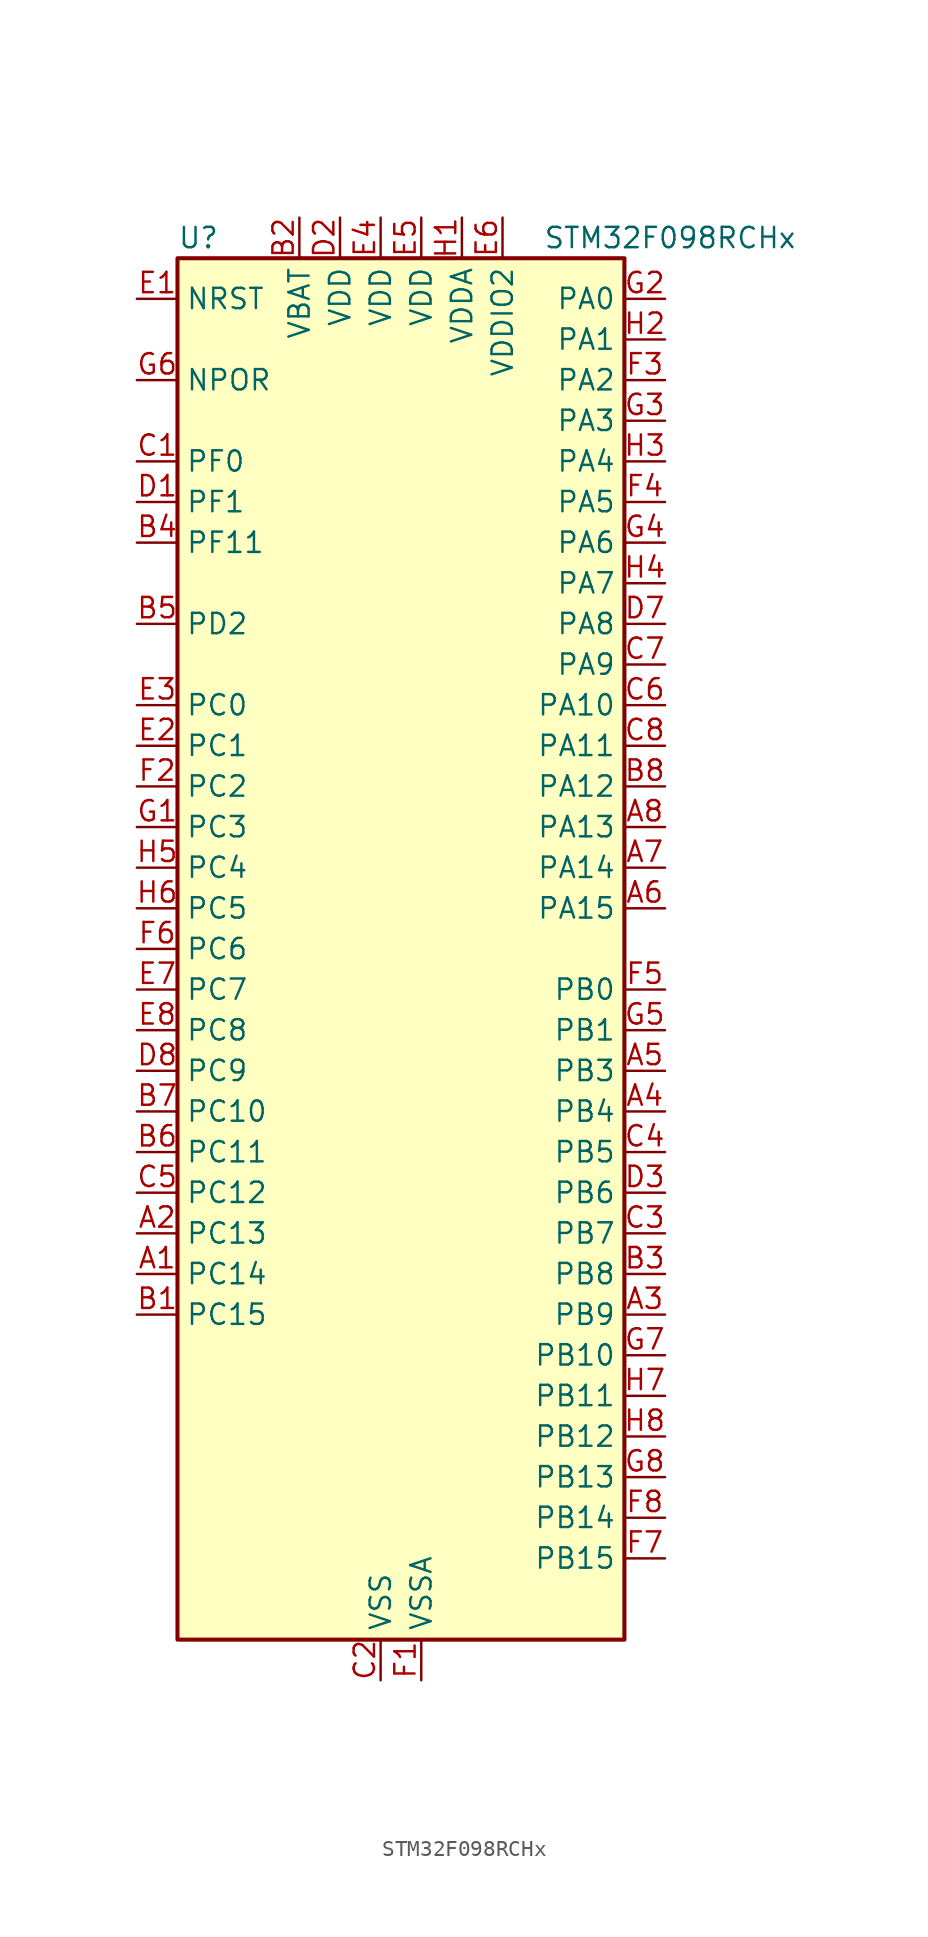
<source format=kicad_sym>
(kicad_symbol_lib
  (version 20231120)
  (generator "kicad_symbol_editor")
  (generator_version "8.0")
  (symbol "STM32F098RCHx"
    (property "Reference" "U"
      (at -12.7 44.45 0)
      (effects (font (size 1.27 1.27)) (justify left)))
    (property "Value" "STM32F098RCHx"
      (at 10.16 44.45 0)
      (effects (font (size 1.27 1.27)) (justify left)))
    (property "ki_locked" ""
      (at 0 0 0)
      (effects (font (size 1.27 1.27))))
    (symbol "STM32F098RCHx_0_1"
      (rectangle (start -12.7 -43.18) (end 15.24 43.18) (stroke (width 0.254) (type default)) (fill (type background))))
    (symbol "STM32F098RCHx_1_1"
      (pin bidirectional line (at -15.24 -20.32 0) (length 2.54) (name "PC14" (effects (font (size 1.27 1.27)))) (number "A1" (effects (font (size 1.27 1.27)))) (alternate "RCC_OSC32_IN" bidirectional line))
      (pin bidirectional line (at -15.24 -17.78 0) (length 2.54) (name "PC13" (effects (font (size 1.27 1.27)))) (number "A2" (effects (font (size 1.27 1.27)))) (alternate "RTC_OUT_ALARM" bidirectional line) (alternate "RTC_OUT_CALIB" bidirectional line) (alternate "RTC_TAMP1" bidirectional line) (alternate "RTC_TS" bidirectional line) (alternate "SYS_WKUP2" bidirectional line))
      (pin bidirectional line (at 17.78 -22.86 180) (length 2.54) (name "PB9" (effects (font (size 1.27 1.27)))) (number "A3" (effects (font (size 1.27 1.27)))) (alternate "CAN_TX" bidirectional line) (alternate "DAC_EXTI9" bidirectional line) (alternate "I2C1_SDA" bidirectional line) (alternate "I2S2_WS" bidirectional line) (alternate "IR_OUT" bidirectional line) (alternate "SPI2_NSS" bidirectional line) (alternate "TIM17_CH1" bidirectional line))
      (pin bidirectional line (at 17.78 -10.16 180) (length 2.54) (name "PB4" (effects (font (size 1.27 1.27)))) (number "A4" (effects (font (size 1.27 1.27)))) (alternate "I2S1_MCK" bidirectional line) (alternate "SPI1_MISO" bidirectional line) (alternate "TIM17_BKIN" bidirectional line) (alternate "TIM3_CH1" bidirectional line) (alternate "TSC_G5_IO2" bidirectional line) (alternate "USART5_RX" bidirectional line))
      (pin bidirectional line (at 17.78 -7.62 180) (length 2.54) (name "PB3" (effects (font (size 1.27 1.27)))) (number "A5" (effects (font (size 1.27 1.27)))) (alternate "I2S1_CK" bidirectional line) (alternate "SPI1_SCK" bidirectional line) (alternate "TIM2_CH2" bidirectional line) (alternate "TSC_G5_IO1" bidirectional line) (alternate "USART5_TX" bidirectional line))
      (pin bidirectional line (at 17.78 2.54 180) (length 2.54) (name "PA15" (effects (font (size 1.27 1.27)))) (number "A6" (effects (font (size 1.27 1.27)))) (alternate "I2S1_WS" bidirectional line) (alternate "SPI1_NSS" bidirectional line) (alternate "TIM2_CH1" bidirectional line) (alternate "TIM2_ETR" bidirectional line) (alternate "USART2_RX" bidirectional line) (alternate "USART4_DE" bidirectional line) (alternate "USART4_RTS" bidirectional line))
      (pin bidirectional line (at 17.78 5.08 180) (length 2.54) (name "PA14" (effects (font (size 1.27 1.27)))) (number "A7" (effects (font (size 1.27 1.27)))) (alternate "SYS_SWCLK" bidirectional line) (alternate "USART2_TX" bidirectional line))
      (pin bidirectional line (at 17.78 7.62 180) (length 2.54) (name "PA13" (effects (font (size 1.27 1.27)))) (number "A8" (effects (font (size 1.27 1.27)))) (alternate "IR_OUT" bidirectional line) (alternate "SYS_SWDIO" bidirectional line))
      (pin bidirectional line (at -15.24 -22.86 0) (length 2.54) (name "PC15" (effects (font (size 1.27 1.27)))) (number "B1" (effects (font (size 1.27 1.27)))) (alternate "RCC_OSC32_OUT" bidirectional line))
      (pin power_in line (at -5.08 45.72 270) (length 2.54) (name "VBAT" (effects (font (size 1.27 1.27)))) (number "B2" (effects (font (size 1.27 1.27)))))
      (pin bidirectional line (at 17.78 -20.32 180) (length 2.54) (name "PB8" (effects (font (size 1.27 1.27)))) (number "B3" (effects (font (size 1.27 1.27)))) (alternate "CAN_RX" bidirectional line) (alternate "CEC" bidirectional line) (alternate "I2C1_SCL" bidirectional line) (alternate "TIM16_CH1" bidirectional line) (alternate "TSC_SYNC" bidirectional line))
      (pin bidirectional line (at -15.24 25.4 0) (length 2.54) (name "PF11" (effects (font (size 1.27 1.27)))) (number "B4" (effects (font (size 1.27 1.27)))))
      (pin bidirectional line (at -15.24 20.32 0) (length 2.54) (name "PD2" (effects (font (size 1.27 1.27)))) (number "B5" (effects (font (size 1.27 1.27)))) (alternate "TIM3_ETR" bidirectional line) (alternate "USART3_DE" bidirectional line) (alternate "USART3_RTS" bidirectional line) (alternate "USART5_RX" bidirectional line))
      (pin bidirectional line (at -15.24 -12.7 0) (length 2.54) (name "PC11" (effects (font (size 1.27 1.27)))) (number "B6" (effects (font (size 1.27 1.27)))) (alternate "USART3_RX" bidirectional line) (alternate "USART4_RX" bidirectional line))
      (pin bidirectional line (at -15.24 -10.16 0) (length 2.54) (name "PC10" (effects (font (size 1.27 1.27)))) (number "B7" (effects (font (size 1.27 1.27)))) (alternate "USART3_TX" bidirectional line) (alternate "USART4_TX" bidirectional line))
      (pin bidirectional line (at 17.78 10.16 180) (length 2.54) (name "PA12" (effects (font (size 1.27 1.27)))) (number "B8" (effects (font (size 1.27 1.27)))) (alternate "CAN_TX" bidirectional line) (alternate "COMP2_OUT" bidirectional line) (alternate "I2C2_SDA" bidirectional line) (alternate "TIM1_ETR" bidirectional line) (alternate "TSC_G4_IO4" bidirectional line) (alternate "USART1_DE" bidirectional line) (alternate "USART1_RTS" bidirectional line))
      (pin bidirectional line (at -15.24 30.48 0) (length 2.54) (name "PF0" (effects (font (size 1.27 1.27)))) (number "C1" (effects (font (size 1.27 1.27)))) (alternate "CRS_SYNC" bidirectional line) (alternate "I2C1_SDA" bidirectional line) (alternate "RCC_OSC_IN" bidirectional line))
      (pin power_in line (at 0 -45.72 90) (length 2.54) (name "VSS" (effects (font (size 1.27 1.27)))) (number "C2" (effects (font (size 1.27 1.27)))))
      (pin bidirectional line (at 17.78 -17.78 180) (length 2.54) (name "PB7" (effects (font (size 1.27 1.27)))) (number "C3" (effects (font (size 1.27 1.27)))) (alternate "I2C1_SDA" bidirectional line) (alternate "TIM17_CH1N" bidirectional line) (alternate "TSC_G5_IO4" bidirectional line) (alternate "USART1_RX" bidirectional line) (alternate "USART4_CTS" bidirectional line))
      (pin bidirectional line (at 17.78 -12.7 180) (length 2.54) (name "PB5" (effects (font (size 1.27 1.27)))) (number "C4" (effects (font (size 1.27 1.27)))) (alternate "I2C1_SMBA" bidirectional line) (alternate "I2S1_SD" bidirectional line) (alternate "SPI1_MOSI" bidirectional line) (alternate "SYS_WKUP6" bidirectional line) (alternate "TIM16_BKIN" bidirectional line) (alternate "TIM3_CH2" bidirectional line) (alternate "USART5_CK" bidirectional line) (alternate "USART5_DE" bidirectional line) (alternate "USART5_RTS" bidirectional line))
      (pin bidirectional line (at -15.24 -15.24 0) (length 2.54) (name "PC12" (effects (font (size 1.27 1.27)))) (number "C5" (effects (font (size 1.27 1.27)))) (alternate "USART3_CK" bidirectional line) (alternate "USART4_CK" bidirectional line) (alternate "USART5_TX" bidirectional line))
      (pin bidirectional line (at 17.78 15.24 180) (length 2.54) (name "PA10" (effects (font (size 1.27 1.27)))) (number "C6" (effects (font (size 1.27 1.27)))) (alternate "I2C1_SDA" bidirectional line) (alternate "TIM17_BKIN" bidirectional line) (alternate "TIM1_CH3" bidirectional line) (alternate "TSC_G4_IO2" bidirectional line) (alternate "USART1_RX" bidirectional line))
      (pin bidirectional line (at 17.78 17.78 180) (length 2.54) (name "PA9" (effects (font (size 1.27 1.27)))) (number "C7" (effects (font (size 1.27 1.27)))) (alternate "DAC_EXTI9" bidirectional line) (alternate "I2C1_SCL" bidirectional line) (alternate "RCC_MCO" bidirectional line) (alternate "TIM15_BKIN" bidirectional line) (alternate "TIM1_CH2" bidirectional line) (alternate "TSC_G4_IO1" bidirectional line) (alternate "USART1_TX" bidirectional line))
      (pin bidirectional line (at 17.78 12.7 180) (length 2.54) (name "PA11" (effects (font (size 1.27 1.27)))) (number "C8" (effects (font (size 1.27 1.27)))) (alternate "CAN_RX" bidirectional line) (alternate "COMP1_OUT" bidirectional line) (alternate "I2C2_SCL" bidirectional line) (alternate "TIM1_CH4" bidirectional line) (alternate "TSC_G4_IO3" bidirectional line) (alternate "USART1_CTS" bidirectional line))
      (pin bidirectional line (at -15.24 27.94 0) (length 2.54) (name "PF1" (effects (font (size 1.27 1.27)))) (number "D1" (effects (font (size 1.27 1.27)))) (alternate "I2C1_SCL" bidirectional line) (alternate "RCC_OSC_OUT" bidirectional line))
      (pin power_in line (at -2.54 45.72 270) (length 2.54) (name "VDD" (effects (font (size 1.27 1.27)))) (number "D2" (effects (font (size 1.27 1.27)))))
      (pin bidirectional line (at 17.78 -15.24 180) (length 2.54) (name "PB6" (effects (font (size 1.27 1.27)))) (number "D3" (effects (font (size 1.27 1.27)))) (alternate "I2C1_SCL" bidirectional line) (alternate "TIM16_CH1N" bidirectional line) (alternate "TSC_G5_IO3" bidirectional line) (alternate "USART1_TX" bidirectional line))
      (pin passive line (at 0 -45.72 90) (length 2.54) hide (name "VSS" (effects (font (size 1.27 1.27)))) (number "D4" (effects (font (size 1.27 1.27)))))
      (pin passive line (at 0 -45.72 90) (length 2.54) hide (name "VSS" (effects (font (size 1.27 1.27)))) (number "D5" (effects (font (size 1.27 1.27)))))
      (pin passive line (at 0 -45.72 90) (length 2.54) hide (name "VSS" (effects (font (size 1.27 1.27)))) (number "D6" (effects (font (size 1.27 1.27)))))
      (pin bidirectional line (at 17.78 20.32 180) (length 2.54) (name "PA8" (effects (font (size 1.27 1.27)))) (number "D7" (effects (font (size 1.27 1.27)))) (alternate "CRS_SYNC" bidirectional line) (alternate "RCC_MCO" bidirectional line) (alternate "TIM1_CH1" bidirectional line) (alternate "USART1_CK" bidirectional line))
      (pin bidirectional line (at -15.24 -7.62 0) (length 2.54) (name "PC9" (effects (font (size 1.27 1.27)))) (number "D8" (effects (font (size 1.27 1.27)))) (alternate "DAC_EXTI9" bidirectional line) (alternate "TIM3_CH4" bidirectional line) (alternate "USART8_RX" bidirectional line))
      (pin input line (at -15.24 40.64 0) (length 2.54) (name "NRST" (effects (font (size 1.27 1.27)))) (number "E1" (effects (font (size 1.27 1.27)))))
      (pin bidirectional line (at -15.24 12.7 0) (length 2.54) (name "PC1" (effects (font (size 1.27 1.27)))) (number "E2" (effects (font (size 1.27 1.27)))) (alternate "ADC_IN11" bidirectional line) (alternate "USART6_RX" bidirectional line) (alternate "USART7_RX" bidirectional line))
      (pin bidirectional line (at -15.24 15.24 0) (length 2.54) (name "PC0" (effects (font (size 1.27 1.27)))) (number "E3" (effects (font (size 1.27 1.27)))) (alternate "ADC_IN10" bidirectional line) (alternate "USART6_TX" bidirectional line) (alternate "USART7_TX" bidirectional line))
      (pin power_in line (at 0 45.72 270) (length 2.54) (name "VDD" (effects (font (size 1.27 1.27)))) (number "E4" (effects (font (size 1.27 1.27)))))
      (pin power_in line (at 2.54 45.72 270) (length 2.54) (name "VDD" (effects (font (size 1.27 1.27)))) (number "E5" (effects (font (size 1.27 1.27)))))
      (pin power_in line (at 7.62 45.72 270) (length 2.54) (name "VDDIO2" (effects (font (size 1.27 1.27)))) (number "E6" (effects (font (size 1.27 1.27)))))
      (pin bidirectional line (at -15.24 -2.54 0) (length 2.54) (name "PC7" (effects (font (size 1.27 1.27)))) (number "E7" (effects (font (size 1.27 1.27)))) (alternate "TIM3_CH2" bidirectional line) (alternate "USART7_RX" bidirectional line))
      (pin bidirectional line (at -15.24 -5.08 0) (length 2.54) (name "PC8" (effects (font (size 1.27 1.27)))) (number "E8" (effects (font (size 1.27 1.27)))) (alternate "TIM3_CH3" bidirectional line) (alternate "USART8_TX" bidirectional line))
      (pin power_in line (at 2.54 -45.72 90) (length 2.54) (name "VSSA" (effects (font (size 1.27 1.27)))) (number "F1" (effects (font (size 1.27 1.27)))))
      (pin bidirectional line (at -15.24 10.16 0) (length 2.54) (name "PC2" (effects (font (size 1.27 1.27)))) (number "F2" (effects (font (size 1.27 1.27)))) (alternate "ADC_IN12" bidirectional line) (alternate "I2S2_MCK" bidirectional line) (alternate "SPI2_MISO" bidirectional line) (alternate "USART8_TX" bidirectional line))
      (pin bidirectional line (at 17.78 35.56 180) (length 2.54) (name "PA2" (effects (font (size 1.27 1.27)))) (number "F3" (effects (font (size 1.27 1.27)))) (alternate "ADC_IN2" bidirectional line) (alternate "COMP2_INM" bidirectional line) (alternate "COMP2_OUT" bidirectional line) (alternate "SYS_WKUP4" bidirectional line) (alternate "TIM15_CH1" bidirectional line) (alternate "TIM2_CH3" bidirectional line) (alternate "TSC_G1_IO3" bidirectional line) (alternate "USART2_TX" bidirectional line))
      (pin bidirectional line (at 17.78 27.94 180) (length 2.54) (name "PA5" (effects (font (size 1.27 1.27)))) (number "F4" (effects (font (size 1.27 1.27)))) (alternate "ADC_IN5" bidirectional line) (alternate "CEC" bidirectional line) (alternate "COMP1_INM" bidirectional line) (alternate "COMP2_INM" bidirectional line) (alternate "DAC_OUT2" bidirectional line) (alternate "I2S1_CK" bidirectional line) (alternate "SPI1_SCK" bidirectional line) (alternate "TIM2_CH1" bidirectional line) (alternate "TIM2_ETR" bidirectional line) (alternate "TSC_G2_IO2" bidirectional line) (alternate "USART6_RX" bidirectional line))
      (pin bidirectional line (at 17.78 -2.54 180) (length 2.54) (name "PB0" (effects (font (size 1.27 1.27)))) (number "F5" (effects (font (size 1.27 1.27)))) (alternate "ADC_IN8" bidirectional line) (alternate "TIM1_CH2N" bidirectional line) (alternate "TIM3_CH3" bidirectional line) (alternate "TSC_G3_IO2" bidirectional line) (alternate "USART3_CK" bidirectional line))
      (pin bidirectional line (at -15.24 0 0) (length 2.54) (name "PC6" (effects (font (size 1.27 1.27)))) (number "F6" (effects (font (size 1.27 1.27)))) (alternate "TIM3_CH1" bidirectional line) (alternate "USART7_TX" bidirectional line))
      (pin bidirectional line (at 17.78 -38.1 180) (length 2.54) (name "PB15" (effects (font (size 1.27 1.27)))) (number "F7" (effects (font (size 1.27 1.27)))) (alternate "I2S2_SD" bidirectional line) (alternate "RTC_REFIN" bidirectional line) (alternate "SPI2_MOSI" bidirectional line) (alternate "SYS_WKUP7" bidirectional line) (alternate "TIM15_CH1N" bidirectional line) (alternate "TIM15_CH2" bidirectional line) (alternate "TIM1_CH3N" bidirectional line))
      (pin bidirectional line (at 17.78 -35.56 180) (length 2.54) (name "PB14" (effects (font (size 1.27 1.27)))) (number "F8" (effects (font (size 1.27 1.27)))) (alternate "I2C2_SDA" bidirectional line) (alternate "I2S2_MCK" bidirectional line) (alternate "SPI2_MISO" bidirectional line) (alternate "TIM15_CH1" bidirectional line) (alternate "TIM1_CH2N" bidirectional line) (alternate "TSC_G6_IO4" bidirectional line) (alternate "USART3_DE" bidirectional line) (alternate "USART3_RTS" bidirectional line))
      (pin bidirectional line (at -15.24 7.62 0) (length 2.54) (name "PC3" (effects (font (size 1.27 1.27)))) (number "G1" (effects (font (size 1.27 1.27)))) (alternate "ADC_IN13" bidirectional line) (alternate "I2S2_SD" bidirectional line) (alternate "SPI2_MOSI" bidirectional line) (alternate "USART8_RX" bidirectional line))
      (pin bidirectional line (at 17.78 40.64 180) (length 2.54) (name "PA0" (effects (font (size 1.27 1.27)))) (number "G2" (effects (font (size 1.27 1.27)))) (alternate "ADC_IN0" bidirectional line) (alternate "COMP1_INM" bidirectional line) (alternate "COMP1_OUT" bidirectional line) (alternate "RTC_TAMP2" bidirectional line) (alternate "SYS_WKUP1" bidirectional line) (alternate "TIM2_CH1" bidirectional line) (alternate "TIM2_ETR" bidirectional line) (alternate "TSC_G1_IO1" bidirectional line) (alternate "USART2_CTS" bidirectional line) (alternate "USART4_TX" bidirectional line))
      (pin bidirectional line (at 17.78 33.02 180) (length 2.54) (name "PA3" (effects (font (size 1.27 1.27)))) (number "G3" (effects (font (size 1.27 1.27)))) (alternate "ADC_IN3" bidirectional line) (alternate "COMP2_INP" bidirectional line) (alternate "TIM15_CH2" bidirectional line) (alternate "TIM2_CH4" bidirectional line) (alternate "TSC_G1_IO4" bidirectional line) (alternate "USART2_RX" bidirectional line))
      (pin bidirectional line (at 17.78 25.4 180) (length 2.54) (name "PA6" (effects (font (size 1.27 1.27)))) (number "G4" (effects (font (size 1.27 1.27)))) (alternate "ADC_IN6" bidirectional line) (alternate "COMP1_OUT" bidirectional line) (alternate "I2S1_MCK" bidirectional line) (alternate "SPI1_MISO" bidirectional line) (alternate "TIM16_CH1" bidirectional line) (alternate "TIM1_BKIN" bidirectional line) (alternate "TIM3_CH1" bidirectional line) (alternate "TSC_G2_IO3" bidirectional line) (alternate "USART3_CTS" bidirectional line))
      (pin bidirectional line (at 17.78 -5.08 180) (length 2.54) (name "PB1" (effects (font (size 1.27 1.27)))) (number "G5" (effects (font (size 1.27 1.27)))) (alternate "ADC_IN9" bidirectional line) (alternate "TIM14_CH1" bidirectional line) (alternate "TIM1_CH3N" bidirectional line) (alternate "TIM3_CH4" bidirectional line) (alternate "TSC_G3_IO3" bidirectional line) (alternate "USART3_DE" bidirectional line) (alternate "USART3_RTS" bidirectional line))
      (pin input line (at -15.24 35.56 0) (length 2.54) (name "NPOR" (effects (font (size 1.27 1.27)))) (number "G6" (effects (font (size 1.27 1.27)))))
      (pin bidirectional line (at 17.78 -25.4 180) (length 2.54) (name "PB10" (effects (font (size 1.27 1.27)))) (number "G7" (effects (font (size 1.27 1.27)))) (alternate "CEC" bidirectional line) (alternate "I2C2_SCL" bidirectional line) (alternate "I2S2_CK" bidirectional line) (alternate "SPI2_SCK" bidirectional line) (alternate "TIM2_CH3" bidirectional line) (alternate "TSC_SYNC" bidirectional line) (alternate "USART3_TX" bidirectional line))
      (pin bidirectional line (at 17.78 -33.02 180) (length 2.54) (name "PB13" (effects (font (size 1.27 1.27)))) (number "G8" (effects (font (size 1.27 1.27)))) (alternate "I2C2_SCL" bidirectional line) (alternate "I2S2_CK" bidirectional line) (alternate "SPI2_SCK" bidirectional line) (alternate "TIM1_CH1N" bidirectional line) (alternate "TSC_G6_IO3" bidirectional line) (alternate "USART3_CTS" bidirectional line))
      (pin power_in line (at 5.08 45.72 270) (length 2.54) (name "VDDA" (effects (font (size 1.27 1.27)))) (number "H1" (effects (font (size 1.27 1.27)))))
      (pin bidirectional line (at 17.78 38.1 180) (length 2.54) (name "PA1" (effects (font (size 1.27 1.27)))) (number "H2" (effects (font (size 1.27 1.27)))) (alternate "ADC_IN1" bidirectional line) (alternate "COMP1_INP" bidirectional line) (alternate "TIM15_CH1N" bidirectional line) (alternate "TIM2_CH2" bidirectional line) (alternate "TSC_G1_IO2" bidirectional line) (alternate "USART2_DE" bidirectional line) (alternate "USART2_RTS" bidirectional line) (alternate "USART4_RX" bidirectional line))
      (pin bidirectional line (at 17.78 30.48 180) (length 2.54) (name "PA4" (effects (font (size 1.27 1.27)))) (number "H3" (effects (font (size 1.27 1.27)))) (alternate "ADC_IN4" bidirectional line) (alternate "COMP1_INM" bidirectional line) (alternate "COMP2_INM" bidirectional line) (alternate "DAC_OUT1" bidirectional line) (alternate "I2S1_WS" bidirectional line) (alternate "SPI1_NSS" bidirectional line) (alternate "TIM14_CH1" bidirectional line) (alternate "TSC_G2_IO1" bidirectional line) (alternate "USART2_CK" bidirectional line) (alternate "USART6_TX" bidirectional line))
      (pin bidirectional line (at 17.78 22.86 180) (length 2.54) (name "PA7" (effects (font (size 1.27 1.27)))) (number "H4" (effects (font (size 1.27 1.27)))) (alternate "ADC_IN7" bidirectional line) (alternate "COMP2_OUT" bidirectional line) (alternate "I2S1_SD" bidirectional line) (alternate "SPI1_MOSI" bidirectional line) (alternate "TIM14_CH1" bidirectional line) (alternate "TIM17_CH1" bidirectional line) (alternate "TIM1_CH1N" bidirectional line) (alternate "TIM3_CH2" bidirectional line) (alternate "TSC_G2_IO4" bidirectional line))
      (pin bidirectional line (at -15.24 5.08 0) (length 2.54) (name "PC4" (effects (font (size 1.27 1.27)))) (number "H5" (effects (font (size 1.27 1.27)))) (alternate "ADC_IN14" bidirectional line) (alternate "USART3_TX" bidirectional line))
      (pin bidirectional line (at -15.24 2.54 0) (length 2.54) (name "PC5" (effects (font (size 1.27 1.27)))) (number "H6" (effects (font (size 1.27 1.27)))) (alternate "ADC_IN15" bidirectional line) (alternate "SYS_WKUP5" bidirectional line) (alternate "TSC_G3_IO1" bidirectional line) (alternate "USART3_RX" bidirectional line))
      (pin bidirectional line (at 17.78 -27.94 180) (length 2.54) (name "PB11" (effects (font (size 1.27 1.27)))) (number "H7" (effects (font (size 1.27 1.27)))) (alternate "I2C2_SDA" bidirectional line) (alternate "TIM2_CH4" bidirectional line) (alternate "TSC_G6_IO1" bidirectional line) (alternate "USART3_RX" bidirectional line))
      (pin bidirectional line (at 17.78 -30.48 180) (length 2.54) (name "PB12" (effects (font (size 1.27 1.27)))) (number "H8" (effects (font (size 1.27 1.27)))) (alternate "I2S2_WS" bidirectional line) (alternate "SPI2_NSS" bidirectional line) (alternate "TIM15_BKIN" bidirectional line) (alternate "TIM1_BKIN" bidirectional line) (alternate "TSC_G6_IO2" bidirectional line) (alternate "USART3_CK" bidirectional line)))))
</source>
